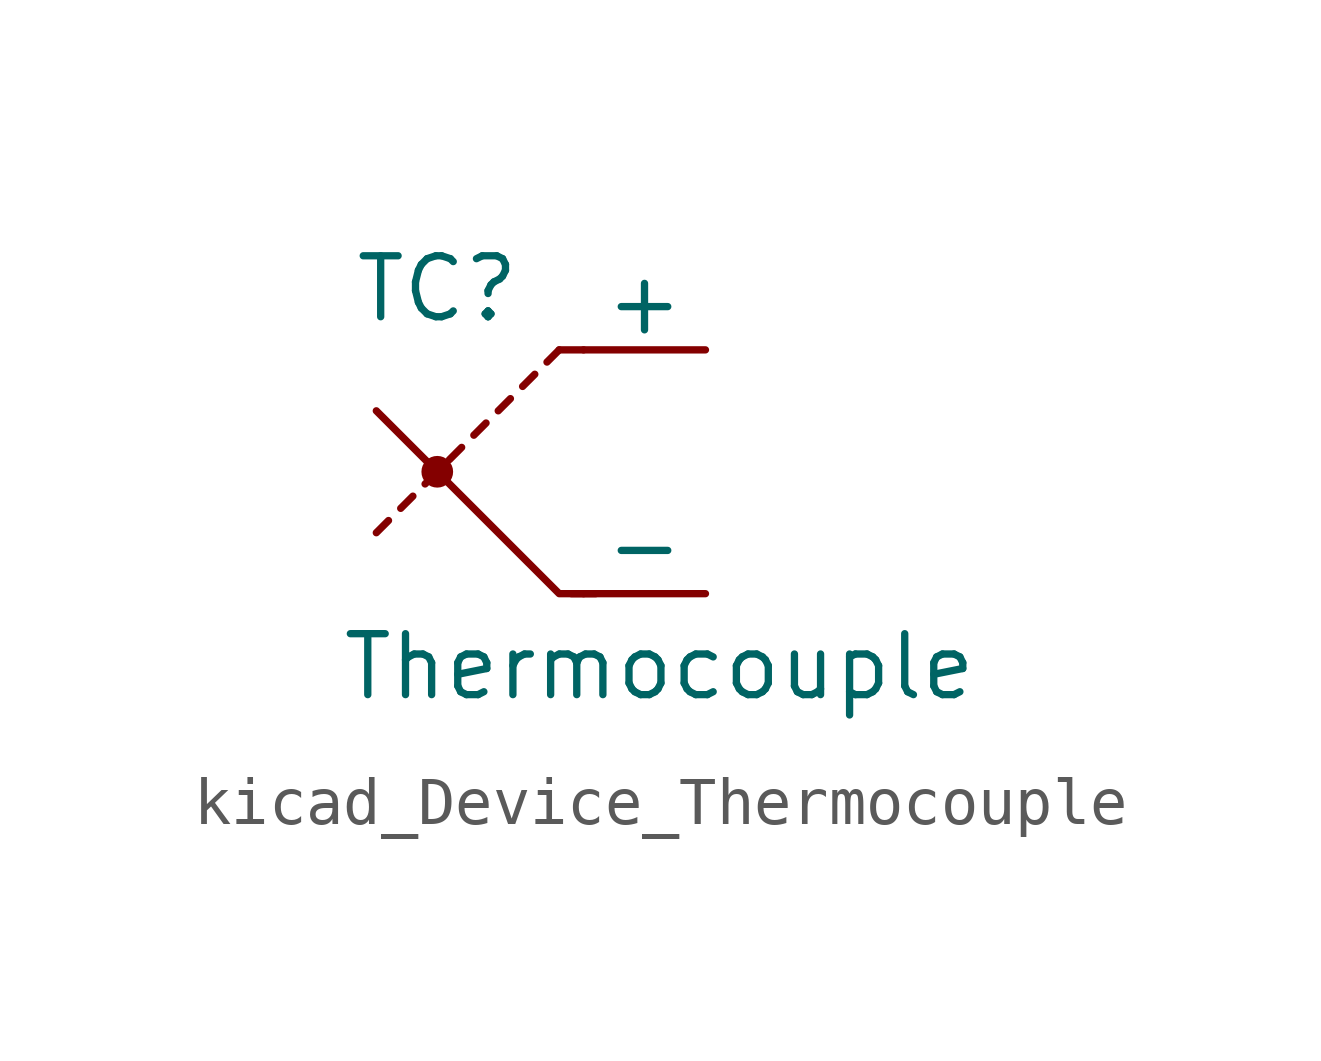
<source format=kicad_sym>
(kicad_symbol_lib
  (version 20220914)
  (generator kicad_symbol_editor)
  (symbol "kicad_Device_Thermocouple"
    (pin_numbers hide)
    (pin_names
      (offset 0))
    (property "Reference" "TC"
      (at -3.048 3.81 0)
      (effects (font (size 1.27 1.27))))
    (property "Value" "Thermocouple"
      (at -5.08 -4.064 0)
      (effects (font (size 1.27 1.27)) (justify left)))
    (symbol "kicad_Device_Thermocouple_0_1"
      (circle (center -3.048 0) (radius 0.254) (stroke (width 0) (type default)) (fill (type outline)))
      (polyline (pts (xy -4.064 -1.016) (xy -4.318 -1.27)) (stroke (width 0) (type default)) (fill (type none)))
      (polyline (pts (xy -3.556 -0.508) (xy -3.81 -0.762)) (stroke (width 0) (type default)) (fill (type none)))
      (polyline (pts (xy -3.048 0) (xy -3.302 -0.254)) (stroke (width 0) (type default)) (fill (type none)))
      (polyline (pts (xy -2.54 0.508) (xy -2.794 0.254)) (stroke (width 0) (type default)) (fill (type none)))
      (polyline (pts (xy -2.032 1.016) (xy -2.286 0.762)) (stroke (width 0) (type default)) (fill (type none)))
      (polyline (pts (xy -1.524 1.524) (xy -1.778 1.27)) (stroke (width 0) (type default)) (fill (type none)))
      (polyline (pts (xy -1.016 2.032) (xy -1.27 1.778)) (stroke (width 0) (type default)) (fill (type none)))
      (polyline (pts (xy -0.508 2.54) (xy -0.762 2.286)) (stroke (width 0) (type default)) (fill (type none)))
      (polyline (pts (xy 0 -2.54) (xy -0.254 -2.54)) (stroke (width 0) (type default)) (fill (type none)))
      (polyline (pts (xy 0 2.54) (xy -0.508 2.54)) (stroke (width 0) (type default)) (fill (type none)))
      (polyline (pts (xy 0.254 -2.54) (xy -0.508 -2.54) (xy -4.318 1.27)) (stroke (width 0) (type default)) (fill (type none))))
    (symbol "kicad_Device_Thermocouple_1_1"
      (pin passive line (at 2.54 2.54 180) (length 2.54) (name "+" (effects (font (size 1.27 1.27)))) (number "1" (effects (font (size 1.27 1.27)))))
      (pin passive line (at 2.54 -2.54 180) (length 2.54) (name "-" (effects (font (size 1.27 1.27)))) (number "2" (effects (font (size 1.27 1.27))))))))
</source>
